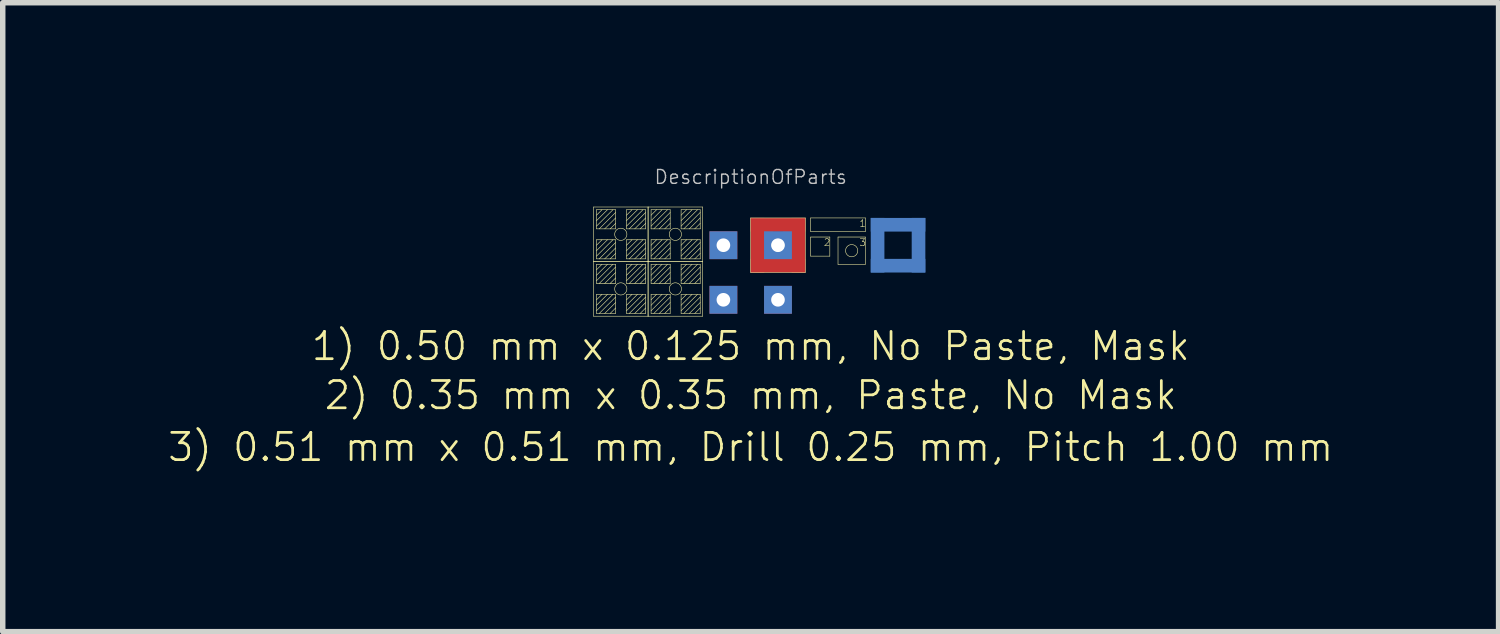
<source format=kicad_pcb>
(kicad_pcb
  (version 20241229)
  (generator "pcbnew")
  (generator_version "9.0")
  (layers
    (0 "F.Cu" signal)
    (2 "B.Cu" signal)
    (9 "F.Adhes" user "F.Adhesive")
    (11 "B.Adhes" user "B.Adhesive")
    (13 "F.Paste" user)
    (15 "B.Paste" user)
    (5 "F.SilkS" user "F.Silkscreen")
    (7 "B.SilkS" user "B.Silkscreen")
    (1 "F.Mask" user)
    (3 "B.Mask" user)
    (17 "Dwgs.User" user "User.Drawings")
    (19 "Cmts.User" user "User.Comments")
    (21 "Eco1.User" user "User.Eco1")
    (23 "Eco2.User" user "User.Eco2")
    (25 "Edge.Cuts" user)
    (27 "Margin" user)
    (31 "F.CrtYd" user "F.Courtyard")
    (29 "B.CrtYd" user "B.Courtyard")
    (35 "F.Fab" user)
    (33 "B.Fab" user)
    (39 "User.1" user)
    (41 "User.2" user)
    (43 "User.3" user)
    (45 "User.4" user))
  (footprint "DescriptionOfParts"
    (layer "F.Cu")
    (at 10.704 1.943)
    (property "Reference" "DescriptionOfParts" (at 0 -1.75 0) (layer "Dwgs.User") (effects (font (size 0.254 0.254) (thickness 0.025))))
    (attr smd)
    (fp_line (start -2.88 -1.2) (end -1.88 -1.2) (stroke (width 0.01) (type solid)) (layer "F.SilkS"))
    (fp_line (start -2.88 -0.2) (end -2.88 -1.2) (stroke (width 0.01) (type solid)) (layer "F.SilkS"))
    (fp_line (start -2.88 -0.2) (end -1.88 -0.2) (stroke (width 0.01) (type solid)) (layer "F.SilkS"))
    (fp_line (start -2.88 0.8) (end -2.88 -0.2) (stroke (width 0.01) (type solid)) (layer "F.SilkS"))
    (fp_line (start -2.825 -1.15) (end -2.475 -1.15) (stroke (width 0.01) (type solid)) (layer "F.SilkS"))
    (fp_line (start -2.825 -1.05) (end -2.725 -1.15) (stroke (width 0.01) (type solid)) (layer "F.SilkS"))
    (fp_line (start -2.825 -0.95) (end -2.625 -1.15) (stroke (width 0.01) (type solid)) (layer "F.SilkS"))
    (fp_line (start -2.825 -0.85) (end -2.525 -1.15) (stroke (width 0.01) (type solid)) (layer "F.SilkS"))
    (fp_line (start -2.825 -0.8) (end -2.825 -1.15) (stroke (width 0.01) (type solid)) (layer "F.SilkS"))
    (fp_line (start -2.825 -0.6) (end -2.475 -0.6) (stroke (width 0.01) (type solid)) (layer "F.SilkS"))
    (fp_line (start -2.825 -0.5) (end -2.725 -0.6) (stroke (width 0.01) (type solid)) (layer "F.SilkS"))
    (fp_line (start -2.825 -0.4) (end -2.625 -0.6) (stroke (width 0.01) (type solid)) (layer "F.SilkS"))
    (fp_line (start -2.825 -0.3) (end -2.525 -0.6) (stroke (width 0.01) (type solid)) (layer "F.SilkS"))
    (fp_line (start -2.825 -0.25) (end -2.825 -0.6) (stroke (width 0.01) (type solid)) (layer "F.SilkS"))
    (fp_line (start -2.825 -0.15) (end -2.475 -0.15) (stroke (width 0.01) (type solid)) (layer "F.SilkS"))
    (fp_line (start -2.825 -0.05) (end -2.725 -0.15) (stroke (width 0.01) (type solid)) (layer "F.SilkS"))
    (fp_line (start -2.825 0.05) (end -2.625 -0.15) (stroke (width 0.01) (type solid)) (layer "F.SilkS"))
    (fp_line (start -2.825 0.15) (end -2.525 -0.15) (stroke (width 0.01) (type solid)) (layer "F.SilkS"))
    (fp_line (start -2.825 0.2) (end -2.825 -0.15) (stroke (width 0.01) (type solid)) (layer "F.SilkS"))
    (fp_line (start -2.825 0.4) (end -2.475 0.4) (stroke (width 0.01) (type solid)) (layer "F.SilkS"))
    (fp_line (start -2.825 0.5) (end -2.725 0.4) (stroke (width 0.01) (type solid)) (layer "F.SilkS"))
    (fp_line (start -2.825 0.6) (end -2.625 0.4) (stroke (width 0.01) (type solid)) (layer "F.SilkS"))
    (fp_line (start -2.825 0.7) (end -2.525 0.4) (stroke (width 0.01) (type solid)) (layer "F.SilkS"))
    (fp_line (start -2.825 0.75) (end -2.825 0.4) (stroke (width 0.01) (type solid)) (layer "F.SilkS"))
    (fp_line (start -2.775 -0.8) (end -2.475 -1.1) (stroke (width 0.01) (type solid)) (layer "F.SilkS"))
    (fp_line (start -2.775 -0.25) (end -2.475 -0.55) (stroke (width 0.01) (type solid)) (layer "F.SilkS"))
    (fp_line (start -2.775 0.2) (end -2.475 -0.1) (stroke (width 0.01) (type solid)) (layer "F.SilkS"))
    (fp_line (start -2.775 0.75) (end -2.475 0.45) (stroke (width 0.01) (type solid)) (layer "F.SilkS"))
    (fp_line (start -2.675 -0.8) (end -2.475 -1) (stroke (width 0.01) (type solid)) (layer "F.SilkS"))
    (fp_line (start -2.675 -0.25) (end -2.475 -0.45) (stroke (width 0.01) (type solid)) (layer "F.SilkS"))
    (fp_line (start -2.675 0.2) (end -2.475 0) (stroke (width 0.01) (type solid)) (layer "F.SilkS"))
    (fp_line (start -2.675 0.75) (end -2.475 0.55) (stroke (width 0.01) (type solid)) (layer "F.SilkS"))
    (fp_line (start -2.575 -0.8) (end -2.475 -0.9) (stroke (width 0.01) (type solid)) (layer "F.SilkS"))
    (fp_line (start -2.575 -0.25) (end -2.475 -0.35) (stroke (width 0.01) (type solid)) (layer "F.SilkS"))
    (fp_line (start -2.575 0.2) (end -2.475 0.1) (stroke (width 0.01) (type solid)) (layer "F.SilkS"))
    (fp_line (start -2.575 0.75) (end -2.475 0.65) (stroke (width 0.01) (type solid)) (layer "F.SilkS"))
    (fp_line (start -2.475 -1.15) (end -2.475 -0.8) (stroke (width 0.01) (type solid)) (layer "F.SilkS"))
    (fp_line (start -2.475 -0.8) (end -2.825 -0.8) (stroke (width 0.01) (type solid)) (layer "F.SilkS"))
    (fp_line (start -2.475 -0.6) (end -2.475 -0.25) (stroke (width 0.01) (type solid)) (layer "F.SilkS"))
    (fp_line (start -2.475 -0.25) (end -2.825 -0.25) (stroke (width 0.01) (type solid)) (layer "F.SilkS"))
    (fp_line (start -2.475 -0.15) (end -2.475 0.2) (stroke (width 0.01) (type solid)) (layer "F.SilkS"))
    (fp_line (start -2.475 0.2) (end -2.825 0.2) (stroke (width 0.01) (type solid)) (layer "F.SilkS"))
    (fp_line (start -2.475 0.4) (end -2.475 0.75) (stroke (width 0.01) (type solid)) (layer "F.SilkS"))
    (fp_line (start -2.475 0.75) (end -2.825 0.75) (stroke (width 0.01) (type solid)) (layer "F.SilkS"))
    (fp_line (start -2.275 -1.15) (end -1.925 -1.15) (stroke (width 0.01) (type solid)) (layer "F.SilkS"))
    (fp_line (start -2.275 -1.05) (end -2.175 -1.15) (stroke (width 0.01) (type solid)) (layer "F.SilkS"))
    (fp_line (start -2.275 -0.95) (end -2.075 -1.15) (stroke (width 0.01) (type solid)) (layer "F.SilkS"))
    (fp_line (start -2.275 -0.85) (end -1.975 -1.15) (stroke (width 0.01) (type solid)) (layer "F.SilkS"))
    (fp_line (start -2.275 -0.8) (end -2.275 -1.15) (stroke (width 0.01) (type solid)) (layer "F.SilkS"))
    (fp_line (start -2.275 -0.6) (end -1.925 -0.6) (stroke (width 0.01) (type solid)) (layer "F.SilkS"))
    (fp_line (start -2.275 -0.5) (end -2.175 -0.6) (stroke (width 0.01) (type solid)) (layer "F.SilkS"))
    (fp_line (start -2.275 -0.4) (end -2.075 -0.6) (stroke (width 0.01) (type solid)) (layer "F.SilkS"))
    (fp_line (start -2.275 -0.3) (end -1.975 -0.6) (stroke (width 0.01) (type solid)) (layer "F.SilkS"))
    (fp_line (start -2.275 -0.25) (end -2.275 -0.6) (stroke (width 0.01) (type solid)) (layer "F.SilkS"))
    (fp_line (start -2.275 -0.15) (end -1.925 -0.15) (stroke (width 0.01) (type solid)) (layer "F.SilkS"))
    (fp_line (start -2.275 -0.05) (end -2.175 -0.15) (stroke (width 0.01) (type solid)) (layer "F.SilkS"))
    (fp_line (start -2.275 0.05) (end -2.075 -0.15) (stroke (width 0.01) (type solid)) (layer "F.SilkS"))
    (fp_line (start -2.275 0.15) (end -1.975 -0.15) (stroke (width 0.01) (type solid)) (layer "F.SilkS"))
    (fp_line (start -2.275 0.2) (end -2.275 -0.15) (stroke (width 0.01) (type solid)) (layer "F.SilkS"))
    (fp_line (start -2.275 0.4) (end -1.925 0.4) (stroke (width 0.01) (type solid)) (layer "F.SilkS"))
    (fp_line (start -2.275 0.5) (end -2.175 0.4) (stroke (width 0.01) (type solid)) (layer "F.SilkS"))
    (fp_line (start -2.275 0.6) (end -2.075 0.4) (stroke (width 0.01) (type solid)) (layer "F.SilkS"))
    (fp_line (start -2.275 0.7) (end -1.975 0.4) (stroke (width 0.01) (type solid)) (layer "F.SilkS"))
    (fp_line (start -2.275 0.75) (end -2.275 0.4) (stroke (width 0.01) (type solid)) (layer "F.SilkS"))
    (fp_line (start -2.225 -0.8) (end -1.925 -1.1) (stroke (width 0.01) (type solid)) (layer "F.SilkS"))
    (fp_line (start -2.225 -0.25) (end -1.925 -0.55) (stroke (width 0.01) (type solid)) (layer "F.SilkS"))
    (fp_line (start -2.225 0.2) (end -1.925 -0.1) (stroke (width 0.01) (type solid)) (layer "F.SilkS"))
    (fp_line (start -2.225 0.75) (end -1.925 0.45) (stroke (width 0.01) (type solid)) (layer "F.SilkS"))
    (fp_line (start -2.125 -0.8) (end -1.925 -1) (stroke (width 0.01) (type solid)) (layer "F.SilkS"))
    (fp_line (start -2.125 -0.25) (end -1.925 -0.45) (stroke (width 0.01) (type solid)) (layer "F.SilkS"))
    (fp_line (start -2.125 0.2) (end -1.925 0) (stroke (width 0.01) (type solid)) (layer "F.SilkS"))
    (fp_line (start -2.125 0.75) (end -1.925 0.55) (stroke (width 0.01) (type solid)) (layer "F.SilkS"))
    (fp_line (start -2.025 -0.8) (end -1.925 -0.9) (stroke (width 0.01) (type solid)) (layer "F.SilkS"))
    (fp_line (start -2.025 -0.25) (end -1.925 -0.35) (stroke (width 0.01) (type solid)) (layer "F.SilkS"))
    (fp_line (start -2.025 0.2) (end -1.925 0.1) (stroke (width 0.01) (type solid)) (layer "F.SilkS"))
    (fp_line (start -2.025 0.75) (end -1.925 0.65) (stroke (width 0.01) (type solid)) (layer "F.SilkS"))
    (fp_line (start -1.925 -1.15) (end -1.925 -0.8) (stroke (width 0.01) (type solid)) (layer "F.SilkS"))
    (fp_line (start -1.925 -0.8) (end -2.275 -0.8) (stroke (width 0.01) (type solid)) (layer "F.SilkS"))
    (fp_line (start -1.925 -0.6) (end -1.925 -0.25) (stroke (width 0.01) (type solid)) (layer "F.SilkS"))
    (fp_line (start -1.925 -0.25) (end -2.275 -0.25) (stroke (width 0.01) (type solid)) (layer "F.SilkS"))
    (fp_line (start -1.925 -0.15) (end -1.925 0.2) (stroke (width 0.01) (type solid)) (layer "F.SilkS"))
    (fp_line (start -1.925 0.2) (end -2.275 0.2) (stroke (width 0.01) (type solid)) (layer "F.SilkS"))
    (fp_line (start -1.925 0.4) (end -1.925 0.75) (stroke (width 0.01) (type solid)) (layer "F.SilkS"))
    (fp_line (start -1.925 0.75) (end -2.275 0.75) (stroke (width 0.01) (type solid)) (layer "F.SilkS"))
    (fp_line (start -1.88 -1.2) (end -1.88 -0.2) (stroke (width 0.01) (type solid)) (layer "F.SilkS"))
    (fp_line (start -1.88 -1.2) (end -0.88 -1.2) (stroke (width 0.01) (type solid)) (layer "F.SilkS"))
    (fp_line (start -1.88 -0.2) (end -2.88 -0.2) (stroke (width 0.01) (type solid)) (layer "F.SilkS"))
    (fp_line (start -1.88 -0.2) (end -1.88 -1.2) (stroke (width 0.01) (type solid)) (layer "F.SilkS"))
    (fp_line (start -1.88 -0.2) (end -1.88 0.8) (stroke (width 0.01) (type solid)) (layer "F.SilkS"))
    (fp_line (start -1.88 -0.2) (end -0.88 -0.2) (stroke (width 0.01) (type solid)) (layer "F.SilkS"))
    (fp_line (start -1.88 0.8) (end -2.88 0.8) (stroke (width 0.01) (type solid)) (layer "F.SilkS"))
    (fp_line (start -1.88 0.8) (end -1.88 -0.2) (stroke (width 0.01) (type solid)) (layer "F.SilkS"))
    (fp_line (start -1.825 -1.15) (end -1.475 -1.15) (stroke (width 0.01) (type solid)) (layer "F.SilkS"))
    (fp_line (start -1.825 -1.05) (end -1.725 -1.15) (stroke (width 0.01) (type solid)) (layer "F.SilkS"))
    (fp_line (start -1.825 -0.95) (end -1.625 -1.15) (stroke (width 0.01) (type solid)) (layer "F.SilkS"))
    (fp_line (start -1.825 -0.85) (end -1.525 -1.15) (stroke (width 0.01) (type solid)) (layer "F.SilkS"))
    (fp_line (start -1.825 -0.8) (end -1.825 -1.15) (stroke (width 0.01) (type solid)) (layer "F.SilkS"))
    (fp_line (start -1.825 -0.6) (end -1.475 -0.6) (stroke (width 0.01) (type solid)) (layer "F.SilkS"))
    (fp_line (start -1.825 -0.5) (end -1.725 -0.6) (stroke (width 0.01) (type solid)) (layer "F.SilkS"))
    (fp_line (start -1.825 -0.4) (end -1.625 -0.6) (stroke (width 0.01) (type solid)) (layer "F.SilkS"))
    (fp_line (start -1.825 -0.3) (end -1.525 -0.6) (stroke (width 0.01) (type solid)) (layer "F.SilkS"))
    (fp_line (start -1.825 -0.25) (end -1.825 -0.6) (stroke (width 0.01) (type solid)) (layer "F.SilkS"))
    (fp_line (start -1.825 -0.15) (end -1.475 -0.15) (stroke (width 0.01) (type solid)) (layer "F.SilkS"))
    (fp_line (start -1.825 -0.05) (end -1.725 -0.15) (stroke (width 0.01) (type solid)) (layer "F.SilkS"))
    (fp_line (start -1.825 0.05) (end -1.625 -0.15) (stroke (width 0.01) (type solid)) (layer "F.SilkS"))
    (fp_line (start -1.825 0.15) (end -1.525 -0.15) (stroke (width 0.01) (type solid)) (layer "F.SilkS"))
    (fp_line (start -1.825 0.2) (end -1.825 -0.15) (stroke (width 0.01) (type solid)) (layer "F.SilkS"))
    (fp_line (start -1.825 0.4) (end -1.475 0.4) (stroke (width 0.01) (type solid)) (layer "F.SilkS"))
    (fp_line (start -1.825 0.5) (end -1.725 0.4) (stroke (width 0.01) (type solid)) (layer "F.SilkS"))
    (fp_line (start -1.825 0.6) (end -1.625 0.4) (stroke (width 0.01) (type solid)) (layer "F.SilkS"))
    (fp_line (start -1.825 0.7) (end -1.525 0.4) (stroke (width 0.01) (type solid)) (layer "F.SilkS"))
    (fp_line (start -1.825 0.75) (end -1.825 0.4) (stroke (width 0.01) (type solid)) (layer "F.SilkS"))
    (fp_line (start -1.775 -0.8) (end -1.475 -1.1) (stroke (width 0.01) (type solid)) (layer "F.SilkS"))
    (fp_line (start -1.775 -0.25) (end -1.475 -0.55) (stroke (width 0.01) (type solid)) (layer "F.SilkS"))
    (fp_line (start -1.775 0.2) (end -1.475 -0.1) (stroke (width 0.01) (type solid)) (layer "F.SilkS"))
    (fp_line (start -1.775 0.75) (end -1.475 0.45) (stroke (width 0.01) (type solid)) (layer "F.SilkS"))
    (fp_line (start -1.675 -0.8) (end -1.475 -1) (stroke (width 0.01) (type solid)) (layer "F.SilkS"))
    (fp_line (start -1.675 -0.25) (end -1.475 -0.45) (stroke (width 0.01) (type solid)) (layer "F.SilkS"))
    (fp_line (start -1.675 0.2) (end -1.475 0) (stroke (width 0.01) (type solid)) (layer "F.SilkS"))
    (fp_line (start -1.675 0.75) (end -1.475 0.55) (stroke (width 0.01) (type solid)) (layer "F.SilkS"))
    (fp_line (start -1.575 -0.8) (end -1.475 -0.9) (stroke (width 0.01) (type solid)) (layer "F.SilkS"))
    (fp_line (start -1.575 -0.25) (end -1.475 -0.35) (stroke (width 0.01) (type solid)) (layer "F.SilkS"))
    (fp_line (start -1.575 0.2) (end -1.475 0.1) (stroke (width 0.01) (type solid)) (layer "F.SilkS"))
    (fp_line (start -1.575 0.75) (end -1.475 0.65) (stroke (width 0.01) (type solid)) (layer "F.SilkS"))
    (fp_line (start -1.475 -1.15) (end -1.475 -0.8) (stroke (width 0.01) (type solid)) (layer "F.SilkS"))
    (fp_line (start -1.475 -0.8) (end -1.825 -0.8) (stroke (width 0.01) (type solid)) (layer "F.SilkS"))
    (fp_line (start -1.475 -0.6) (end -1.475 -0.25) (stroke (width 0.01) (type solid)) (layer "F.SilkS"))
    (fp_line (start -1.475 -0.25) (end -1.825 -0.25) (stroke (width 0.01) (type solid)) (layer "F.SilkS"))
    (fp_line (start -1.475 -0.15) (end -1.475 0.2) (stroke (width 0.01) (type solid)) (layer "F.SilkS"))
    (fp_line (start -1.475 0.2) (end -1.825 0.2) (stroke (width 0.01) (type solid)) (layer "F.SilkS"))
    (fp_line (start -1.475 0.4) (end -1.475 0.75) (stroke (width 0.01) (type solid)) (layer "F.SilkS"))
    (fp_line (start -1.475 0.75) (end -1.825 0.75) (stroke (width 0.01) (type solid)) (layer "F.SilkS"))
    (fp_line (start -1.275 -1.15) (end -0.925 -1.15) (stroke (width 0.01) (type solid)) (layer "F.SilkS"))
    (fp_line (start -1.275 -1.05) (end -1.175 -1.15) (stroke (width 0.01) (type solid)) (layer "F.SilkS"))
    (fp_line (start -1.275 -0.95) (end -1.075 -1.15) (stroke (width 0.01) (type solid)) (layer "F.SilkS"))
    (fp_line (start -1.275 -0.85) (end -0.975 -1.15) (stroke (width 0.01) (type solid)) (layer "F.SilkS"))
    (fp_line (start -1.275 -0.8) (end -1.275 -1.15) (stroke (width 0.01) (type solid)) (layer "F.SilkS"))
    (fp_line (start -1.275 -0.6) (end -0.925 -0.6) (stroke (width 0.01) (type solid)) (layer "F.SilkS"))
    (fp_line (start -1.275 -0.5) (end -1.175 -0.6) (stroke (width 0.01) (type solid)) (layer "F.SilkS"))
    (fp_line (start -1.275 -0.4) (end -1.075 -0.6) (stroke (width 0.01) (type solid)) (layer "F.SilkS"))
    (fp_line (start -1.275 -0.3) (end -0.975 -0.6) (stroke (width 0.01) (type solid)) (layer "F.SilkS"))
    (fp_line (start -1.275 -0.25) (end -1.275 -0.6) (stroke (width 0.01) (type solid)) (layer "F.SilkS"))
    (fp_line (start -1.275 -0.15) (end -0.925 -0.15) (stroke (width 0.01) (type solid)) (layer "F.SilkS"))
    (fp_line (start -1.275 -0.05) (end -1.175 -0.15) (stroke (width 0.01) (type solid)) (layer "F.SilkS"))
    (fp_line (start -1.275 0.05) (end -1.075 -0.15) (stroke (width 0.01) (type solid)) (layer "F.SilkS"))
    (fp_line (start -1.275 0.15) (end -0.975 -0.15) (stroke (width 0.01) (type solid)) (layer "F.SilkS"))
    (fp_line (start -1.275 0.2) (end -1.275 -0.15) (stroke (width 0.01) (type solid)) (layer "F.SilkS"))
    (fp_line (start -1.275 0.4) (end -0.925 0.4) (stroke (width 0.01) (type solid)) (layer "F.SilkS"))
    (fp_line (start -1.275 0.5) (end -1.175 0.4) (stroke (width 0.01) (type solid)) (layer "F.SilkS"))
    (fp_line (start -1.275 0.6) (end -1.075 0.4) (stroke (width 0.01) (type solid)) (layer "F.SilkS"))
    (fp_line (start -1.275 0.7) (end -0.975 0.4) (stroke (width 0.01) (type solid)) (layer "F.SilkS"))
    (fp_line (start -1.275 0.75) (end -1.275 0.4) (stroke (width 0.01) (type solid)) (layer "F.SilkS"))
    (fp_line (start -1.225 -0.8) (end -0.925 -1.1) (stroke (width 0.01) (type solid)) (layer "F.SilkS"))
    (fp_line (start -1.225 -0.25) (end -0.925 -0.55) (stroke (width 0.01) (type solid)) (layer "F.SilkS"))
    (fp_line (start -1.225 0.2) (end -0.925 -0.1) (stroke (width 0.01) (type solid)) (layer "F.SilkS"))
    (fp_line (start -1.225 0.75) (end -0.925 0.45) (stroke (width 0.01) (type solid)) (layer "F.SilkS"))
    (fp_line (start -1.125 -0.8) (end -0.925 -1) (stroke (width 0.01) (type solid)) (layer "F.SilkS"))
    (fp_line (start -1.125 -0.25) (end -0.925 -0.45) (stroke (width 0.01) (type solid)) (layer "F.SilkS"))
    (fp_line (start -1.125 0.2) (end -0.925 0) (stroke (width 0.01) (type solid)) (layer "F.SilkS"))
    (fp_line (start -1.125 0.75) (end -0.925 0.55) (stroke (width 0.01) (type solid)) (layer "F.SilkS"))
    (fp_line (start -1.025 -0.8) (end -0.925 -0.9) (stroke (width 0.01) (type solid)) (layer "F.SilkS"))
    (fp_line (start -1.025 -0.25) (end -0.925 -0.35) (stroke (width 0.01) (type solid)) (layer "F.SilkS"))
    (fp_line (start -1.025 0.2) (end -0.925 0.1) (stroke (width 0.01) (type solid)) (layer "F.SilkS"))
    (fp_line (start -1.025 0.75) (end -0.925 0.65) (stroke (width 0.01) (type solid)) (layer "F.SilkS"))
    (fp_line (start -0.925 -1.15) (end -0.925 -0.8) (stroke (width 0.01) (type solid)) (layer "F.SilkS"))
    (fp_line (start -0.925 -0.8) (end -1.275 -0.8) (stroke (width 0.01) (type solid)) (layer "F.SilkS"))
    (fp_line (start -0.925 -0.6) (end -0.925 -0.25) (stroke (width 0.01) (type solid)) (layer "F.SilkS"))
    (fp_line (start -0.925 -0.25) (end -1.275 -0.25) (stroke (width 0.01) (type solid)) (layer "F.SilkS"))
    (fp_line (start -0.925 -0.15) (end -0.925 0.2) (stroke (width 0.01) (type solid)) (layer "F.SilkS"))
    (fp_line (start -0.925 0.2) (end -1.275 0.2) (stroke (width 0.01) (type solid)) (layer "F.SilkS"))
    (fp_line (start -0.925 0.4) (end -0.925 0.75) (stroke (width 0.01) (type solid)) (layer "F.SilkS"))
    (fp_line (start -0.925 0.75) (end -1.275 0.75) (stroke (width 0.01) (type solid)) (layer "F.SilkS"))
    (fp_line (start -0.88 -1.2) (end -0.88 -0.2) (stroke (width 0.01) (type solid)) (layer "F.SilkS"))
    (fp_line (start -0.88 -0.2) (end -1.88 -0.2) (stroke (width 0.01) (type solid)) (layer "F.SilkS"))
    (fp_line (start -0.88 -0.2) (end -0.88 0.8) (stroke (width 0.01) (type solid)) (layer "F.SilkS"))
    (fp_line (start -0.88 0.8) (end -1.88 0.8) (stroke (width 0.01) (type solid)) (layer "F.SilkS"))
    (fp_line (start 0 -1) (end 1 -1) (stroke (width 0.01) (type solid)) (layer "F.SilkS"))
    (fp_line (start 0 0) (end 0 -1) (stroke (width 0.01) (type solid)) (layer "F.SilkS"))
    (fp_line (start 1 -1) (end 1 0) (stroke (width 0.01) (type solid)) (layer "F.SilkS"))
    (fp_line (start 1 0) (end 0 0) (stroke (width 0.01) (type solid)) (layer "F.SilkS"))
    (fp_line (start 1.1 -1) (end 2.1 -1) (stroke (width 0.01) (type solid)) (layer "F.SilkS"))
    (fp_line (start 1.1 -0.75) (end 1.1 -1) (stroke (width 0.01) (type solid)) (layer "F.SilkS"))
    (fp_line (start 1.1 -0.75) (end 2.1 -0.75) (stroke (width 0.01) (type solid)) (layer "F.SilkS"))
    (fp_line (start 1.1 -0.65) (end 1.45 -0.65) (stroke (width 0.01) (type solid)) (layer "F.SilkS"))
    (fp_line (start 1.1 -0.3) (end 1.1 -0.65) (stroke (width 0.01) (type solid)) (layer "F.SilkS"))
    (fp_line (start 1.45 -0.65) (end 1.45 -0.3) (stroke (width 0.01) (type solid)) (layer "F.SilkS"))
    (fp_line (start 1.45 -0.3) (end 1.1 -0.3) (stroke (width 0.01) (type solid)) (layer "F.SilkS"))
    (fp_line (start 1.6 -0.65) (end 2.1 -0.65) (stroke (width 0.01) (type solid)) (layer "F.SilkS"))
    (fp_line (start 1.6 -0.15) (end 1.6 -0.65) (stroke (width 0.01) (type solid)) (layer "F.SilkS"))
    (fp_line (start 2.1 -1) (end 2.1 -0.75) (stroke (width 0.01) (type solid)) (layer "F.SilkS"))
    (fp_line (start 2.1 -0.65) (end 2.1 -0.15) (stroke (width 0.01) (type solid)) (layer "F.SilkS"))
    (fp_line (start 2.1 -0.15) (end 1.6 -0.15) (stroke (width 0.01) (type solid)) (layer "F.SilkS"))
    (fp_circle (center -2.38 -0.7) (end -2.28 -0.75) (stroke (width 0.01) (type solid)) (fill no) (layer "F.SilkS"))
    (fp_circle (center -2.38 0.3) (end -2.28 0.25) (stroke (width 0.01) (type solid)) (fill no) (layer "F.SilkS"))
    (fp_circle (center -1.38 -0.7) (end -1.28 -0.75) (stroke (width 0.01) (type solid)) (fill no) (layer "F.SilkS"))
    (fp_circle (center -1.38 0.3) (end -1.28 0.25) (stroke (width 0.01) (type solid)) (fill no) (layer "F.SilkS"))
    (fp_circle (center 0.5 -0.5) (end 0.6 -0.55) (stroke (width 0.01) (type solid)) (fill no) (layer "F.SilkS"))
    (fp_circle (center 1.85 -0.4) (end 1.9 -0.5) (stroke (width 0.01) (type solid)) (fill no) (layer "F.SilkS"))
    (fp_text user "3" (at 2.05 -0.55 0) (layer "F.SilkS") (effects (font (size 0.127 0.127) (thickness 0.01))))
    (fp_text user "3) 0.51 mm x 0.51 mm, Drill 0.25 mm, Pitch 1.00 mm" (at 0 3.2 0) (layer "F.SilkS") (effects (font (size 0.5 0.5) (thickness 0.05))))
    (fp_text user "1" (at 2.05 -0.9 0) (layer "F.SilkS") (effects (font (size 0.127 0.127) (thickness 0.01))))
    (fp_text user "2) 0.35 mm x 0.35 mm, Paste, No Mask" (at 0 2.25 0) (layer "F.SilkS") (effects (font (size 0.5 0.5) (thickness 0.05))))
    (fp_text user "1) 0.50 mm x 0.125 mm, No Paste, Mask" (at 0 1.35 0) (layer "F.SilkS") (effects (font (size 0.5 0.5) (thickness 0.05))))
    (fp_text user "2" (at 1.4 -0.55 0) (layer "F.SilkS") (effects (font (size 0.127 0.127) (thickness 0.01))))
    (pad "1" smd rect (at 0.125 -0.5) (size 0.25 1) (layers "F.Cu" "F.Mask"))
    (pad "1" smd rect (at 0.5 -0.875) (size 1 0.25) (layers "F.Cu" "F.Mask"))
    (pad "1" smd rect (at 0.5 -0.125) (size 1 0.25) (layers "F.Cu" "F.Mask"))
    (pad "1" smd rect (at 0.875 -0.5) (size 0.25 1) (layers "F.Cu" "F.Mask"))
    (pad "1" smd rect (at 2.325 -0.5) (size 0.25 1) (layers "B.Cu" "B.Mask"))
    (pad "1" smd rect (at 2.7 -0.875) (size 1 0.25) (layers "B.Cu" "B.Mask"))
    (pad "1" smd rect (at 2.7 -0.125) (size 1 0.25) (layers "B.Cu" "B.Mask"))
    (pad "1" smd rect (at 3.075 -0.5) (size 0.25 1) (layers "B.Cu" "B.Mask"))
    (pad "2" smd rect (at 0.23 -0.77) (size 0.35 0.35) (layers "F.Cu" "F.Mask" "F.Paste"))
    (pad "2" smd rect (at 0.23 -0.23) (size 0.35 0.35) (layers "F.Cu" "F.Paste"))
    (pad "2" smd rect (at 0.77 -0.77) (size 0.35 0.35) (layers "F.Cu" "F.Paste"))
    (pad "2" smd rect (at 0.77 -0.23) (size 0.35 0.35) (layers "F.Cu" "F.Paste"))
    (pad "3" thru_hole rect (at -0.5 -0.5) (size 0.51 0.51) (drill 0.25) (layers "*.Cu"))
    (pad "3" thru_hole rect (at -0.5 0.5) (size 0.51 0.51) (drill 0.25) (layers "*.Cu"))
    (pad "3" thru_hole rect (at 0.5 -0.5) (size 0.51 0.51) (drill 0.25) (layers "*.Cu"))
    (pad "3" thru_hole rect (at 0.5 0.5) (size 0.51 0.51) (drill 0.25) (layers "*.Cu")))
  (gr_rect
    (start -3 -3)
    (end 24.407 8.523)
    (stroke (width 0.1) (type default))
    (fill no)
    (layer "Edge.Cuts")))
</source>
